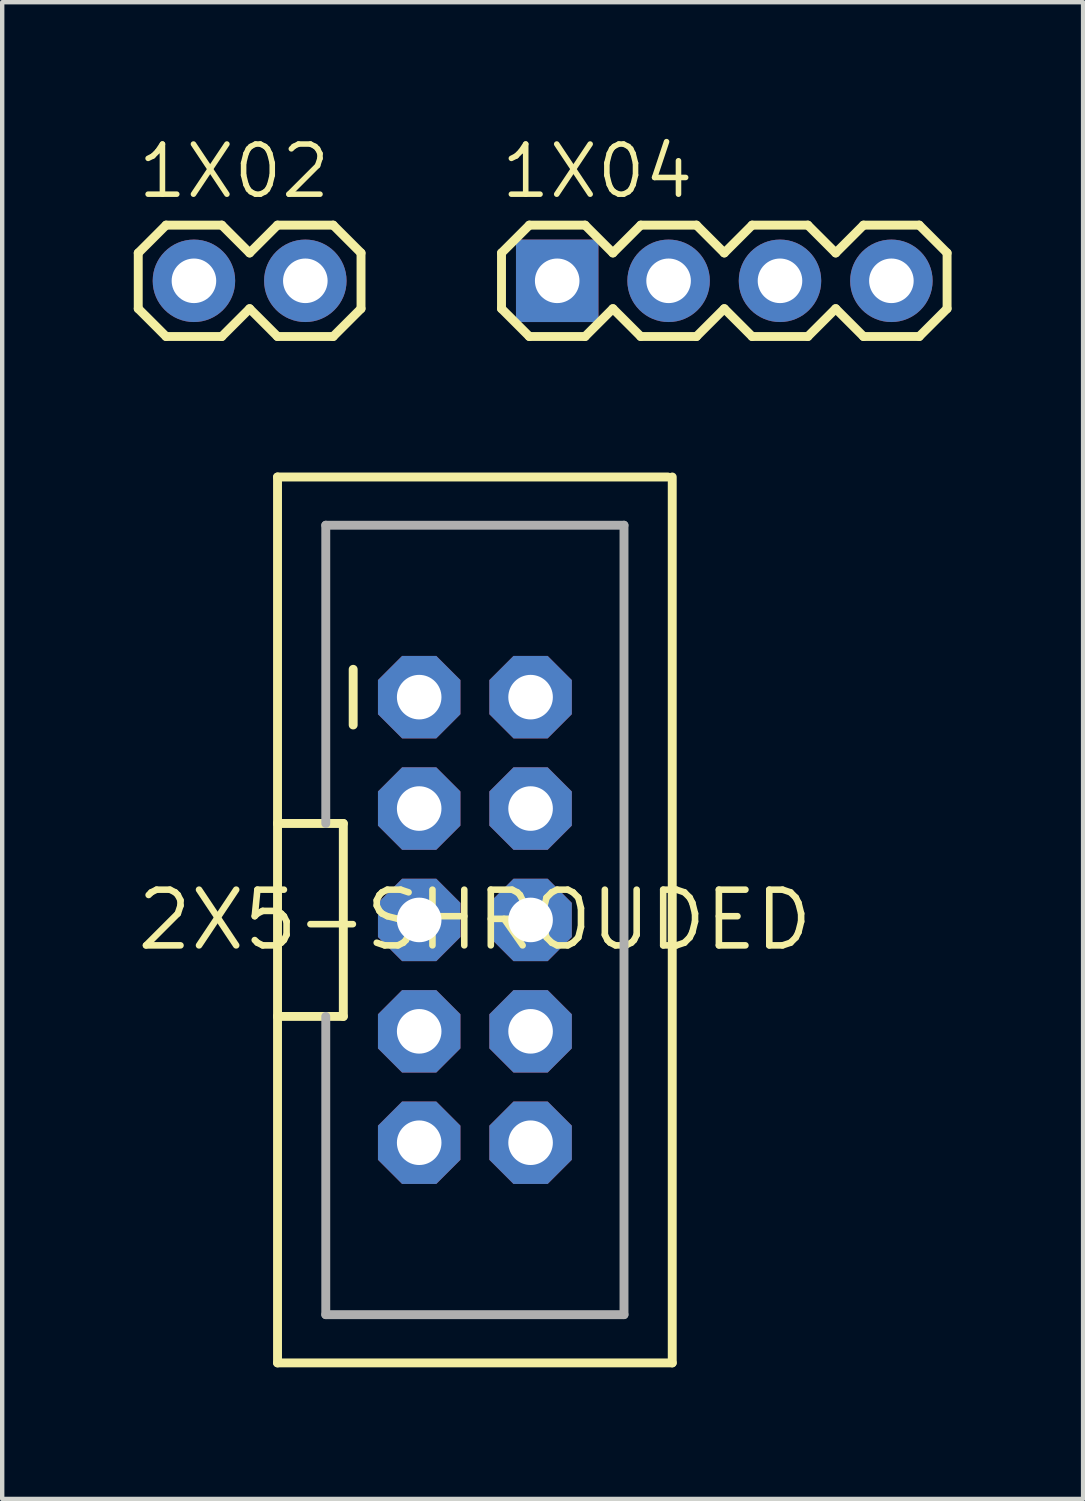
<source format=kicad_pcb>
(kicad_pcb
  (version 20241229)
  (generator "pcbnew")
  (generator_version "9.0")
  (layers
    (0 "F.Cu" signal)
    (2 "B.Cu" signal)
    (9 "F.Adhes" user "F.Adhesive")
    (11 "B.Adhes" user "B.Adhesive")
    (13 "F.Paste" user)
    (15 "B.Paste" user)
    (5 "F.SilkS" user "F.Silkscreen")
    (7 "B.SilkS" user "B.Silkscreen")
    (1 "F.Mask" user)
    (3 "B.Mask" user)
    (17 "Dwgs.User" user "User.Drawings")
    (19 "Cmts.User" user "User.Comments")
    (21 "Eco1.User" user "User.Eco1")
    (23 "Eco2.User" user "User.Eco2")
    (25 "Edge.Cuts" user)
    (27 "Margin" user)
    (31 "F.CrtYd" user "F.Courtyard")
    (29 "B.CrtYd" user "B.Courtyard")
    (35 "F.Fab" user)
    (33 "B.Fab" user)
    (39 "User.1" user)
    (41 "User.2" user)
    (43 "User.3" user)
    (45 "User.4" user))
  (footprint "1X02"
    (layer "F.Cu")
    (at 1.372 3.353)
    (property "Reference" "1X02" (at -1.346 -1.829 0) (layer "F.SilkS") (effects (font (size 1.143 1.143) (thickness 0.127)) (justify left bottom)))
    (fp_line (start -1.27 -0.635) (end -1.27 0.635) (stroke (width 0.203) (type solid)) (layer "F.SilkS"))
    (fp_line (start -1.27 0.635) (end -0.635 1.27) (stroke (width 0.203) (type solid)) (layer "F.SilkS"))
    (fp_line (start -0.635 -1.27) (end -1.27 -0.635) (stroke (width 0.203) (type solid)) (layer "F.SilkS"))
    (fp_line (start -0.635 -1.27) (end 0.635 -1.27) (stroke (width 0.203) (type solid)) (layer "F.SilkS"))
    (fp_line (start 0.635 -1.27) (end 1.27 -0.635) (stroke (width 0.203) (type solid)) (layer "F.SilkS"))
    (fp_line (start 0.635 1.27) (end -0.635 1.27) (stroke (width 0.203) (type solid)) (layer "F.SilkS"))
    (fp_line (start 1.27 -0.635) (end 1.905 -1.27) (stroke (width 0.203) (type solid)) (layer "F.SilkS"))
    (fp_line (start 1.27 0.635) (end 0.635 1.27) (stroke (width 0.203) (type solid)) (layer "F.SilkS"))
    (fp_line (start 1.905 -1.27) (end 3.175 -1.27) (stroke (width 0.203) (type solid)) (layer "F.SilkS"))
    (fp_line (start 1.905 1.27) (end 1.27 0.635) (stroke (width 0.203) (type solid)) (layer "F.SilkS"))
    (fp_line (start 3.175 -1.27) (end 3.81 -0.635) (stroke (width 0.203) (type solid)) (layer "F.SilkS"))
    (fp_line (start 3.175 1.27) (end 1.905 1.27) (stroke (width 0.203) (type solid)) (layer "F.SilkS"))
    (fp_line (start 3.81 -0.635) (end 3.81 0.635) (stroke (width 0.203) (type solid)) (layer "F.SilkS"))
    (fp_line (start 3.81 0.635) (end 3.175 1.27) (stroke (width 0.203) (type solid)) (layer "F.SilkS"))
    (fp_poly (pts (xy -0.254 0.254) (xy 0.254 0.254) (xy 0.254 -0.254) (xy -0.254 -0.254)) (stroke (width 0.1) (type solid)) (fill no) (layer "F.Fab"))
    (fp_poly (pts (xy 2.286 0.254) (xy 2.794 0.254) (xy 2.794 -0.254) (xy 2.286 -0.254)) (stroke (width 0.1) (type solid)) (fill no) (layer "F.Fab"))
    (pad "1" thru_hole circle (at 0 0 90) (size 1.88 1.88) (drill 1.016) (layers "*.Cu" "*.Mask"))
    (pad "2" thru_hole circle (at 2.54 0 90) (size 1.88 1.88) (drill 1.016) (layers "*.Cu" "*.Mask")))
  (footprint "2X5-SHROUDED"
    (layer "F.Cu")
    (at 7.778 17.926)
    (property "Reference" "2X5-SHROUDED" (at 0 0 0) (layer "F.SilkS") (effects (font (size 1.27 1.27) (thickness 0.15))))
    (fp_line (start -4.5 -10.1) (end 4.4 -10.1) (stroke (width 0.203) (type solid)) (layer "F.SilkS"))
    (fp_line (start -4.5 -2.2) (end -4.5 -10.1) (stroke (width 0.203) (type solid)) (layer "F.SilkS"))
    (fp_line (start -4.5 -2.2) (end -3 -2.2) (stroke (width 0.203) (type solid)) (layer "F.SilkS"))
    (fp_line (start -4.5 2.2) (end -4.5 -2.2) (stroke (width 0.203) (type solid)) (layer "F.SilkS"))
    (fp_line (start -4.5 10.1) (end -4.5 2.2) (stroke (width 0.203) (type solid)) (layer "F.SilkS"))
    (fp_line (start -3 -2.2) (end -3 2.2) (stroke (width 0.203) (type solid)) (layer "F.SilkS"))
    (fp_line (start -3 2.2) (end -4.5 2.2) (stroke (width 0.203) (type solid)) (layer "F.SilkS"))
    (fp_line (start -2.775 -5.715) (end -2.775 -4.445) (stroke (width 0.203) (type solid)) (layer "F.SilkS"))
    (fp_line (start 4.5 -10.1) (end 4.5 10.1) (stroke (width 0.203) (type solid)) (layer "F.SilkS"))
    (fp_line (start 4.5 10.1) (end -4.5 10.1) (stroke (width 0.203) (type solid)) (layer "F.SilkS"))
    (fp_line (start -3.4 -9) (end -3.4 -2.2) (stroke (width 0.203) (type solid)) (layer "F.Fab"))
    (fp_line (start -3.4 -9) (end 3.4 -9) (stroke (width 0.203) (type solid)) (layer "F.Fab"))
    (fp_line (start -3.4 9) (end -3.4 2.2) (stroke (width 0.203) (type solid)) (layer "F.Fab"))
    (fp_line (start -3.4 9) (end 3.4 9) (stroke (width 0.203) (type solid)) (layer "F.Fab"))
    (fp_line (start 3.4 -9) (end 3.4 9) (stroke (width 0.203) (type solid)) (layer "F.Fab"))
    (fp_poly (pts (xy -1.524 -4.826) (xy -1.016 -4.826) (xy -1.016 -5.334) (xy -1.524 -5.334)) (stroke (width 0.1) (type solid)) (fill no) (layer "F.Fab"))
    (fp_poly (pts (xy -1.524 -2.286) (xy -1.016 -2.286) (xy -1.016 -2.794) (xy -1.524 -2.794)) (stroke (width 0.1) (type solid)) (fill no) (layer "F.Fab"))
    (fp_poly (pts (xy -1.524 0.254) (xy -1.016 0.254) (xy -1.016 -0.254) (xy -1.524 -0.254)) (stroke (width 0.1) (type solid)) (fill no) (layer "F.Fab"))
    (fp_poly (pts (xy -1.524 2.794) (xy -1.016 2.794) (xy -1.016 2.286) (xy -1.524 2.286)) (stroke (width 0.1) (type solid)) (fill no) (layer "F.Fab"))
    (fp_poly (pts (xy -1.524 2.794) (xy -1.016 2.794) (xy -1.016 2.286) (xy -1.524 2.286)) (stroke (width 0.1) (type solid)) (fill no) (layer "F.Fab"))
    (fp_poly (pts (xy -1.524 5.334) (xy -1.016 5.334) (xy -1.016 4.826) (xy -1.524 4.826)) (stroke (width 0.1) (type solid)) (fill no) (layer "F.Fab"))
    (fp_poly (pts (xy 1.016 -4.826) (xy 1.524 -4.826) (xy 1.524 -5.334) (xy 1.016 -5.334)) (stroke (width 0.1) (type solid)) (fill no) (layer "F.Fab"))
    (fp_poly (pts (xy 1.016 -2.286) (xy 1.524 -2.286) (xy 1.524 -2.794) (xy 1.016 -2.794)) (stroke (width 0.1) (type solid)) (fill no) (layer "F.Fab"))
    (fp_poly (pts (xy 1.016 0.254) (xy 1.524 0.254) (xy 1.524 -0.254) (xy 1.016 -0.254)) (stroke (width 0.1) (type solid)) (fill no) (layer "F.Fab"))
    (fp_poly (pts (xy 1.016 2.794) (xy 1.524 2.794) (xy 1.524 2.286) (xy 1.016 2.286)) (stroke (width 0.1) (type solid)) (fill no) (layer "F.Fab"))
    (fp_poly (pts (xy 1.016 2.794) (xy 1.524 2.794) (xy 1.524 2.286) (xy 1.016 2.286)) (stroke (width 0.1) (type solid)) (fill no) (layer "F.Fab"))
    (fp_poly (pts (xy 1.016 5.334) (xy 1.524 5.334) (xy 1.524 4.826) (xy 1.016 4.826)) (stroke (width 0.1) (type solid)) (fill no) (layer "F.Fab"))
    (pad "1" thru_hole roundrect (at -1.27 -5.08 270) (size 1.88 1.88) (drill 1.016) (layers "*.Cu" "*.Mask") (roundrect_rratio 0.25) (chamfer_ratio 0.293) (chamfer top_left top_right bottom_left bottom_right))
    (pad "2" thru_hole roundrect (at 1.27 -5.08 270) (size 1.88 1.88) (drill 1.016) (layers "*.Cu" "*.Mask") (roundrect_rratio 0.25) (chamfer_ratio 0.293) (chamfer top_left top_right bottom_left bottom_right))
    (pad "3" thru_hole roundrect (at -1.27 -2.54 270) (size 1.88 1.88) (drill 1.016) (layers "*.Cu" "*.Mask") (roundrect_rratio 0.25) (chamfer_ratio 0.293) (chamfer top_left top_right bottom_left bottom_right))
    (pad "4" thru_hole roundrect (at 1.27 -2.54 270) (size 1.88 1.88) (drill 1.016) (layers "*.Cu" "*.Mask") (roundrect_rratio 0.25) (chamfer_ratio 0.293) (chamfer top_left top_right bottom_left bottom_right))
    (pad "5" thru_hole roundrect (at -1.27 0 270) (size 1.88 1.88) (drill 1.016) (layers "*.Cu" "*.Mask") (roundrect_rratio 0.25) (chamfer_ratio 0.293) (chamfer top_left top_right bottom_left bottom_right))
    (pad "6" thru_hole roundrect (at 1.27 0 270) (size 1.88 1.88) (drill 1.016) (layers "*.Cu" "*.Mask") (roundrect_rratio 0.25) (chamfer_ratio 0.293) (chamfer top_left top_right bottom_left bottom_right))
    (pad "7" thru_hole roundrect (at -1.27 2.54 270) (size 1.88 1.88) (drill 1.016) (layers "*.Cu" "*.Mask") (roundrect_rratio 0.25) (chamfer_ratio 0.293) (chamfer top_left top_right bottom_left bottom_right))
    (pad "8" thru_hole roundrect (at 1.27 2.54 270) (size 1.88 1.88) (drill 1.016) (layers "*.Cu" "*.Mask") (roundrect_rratio 0.25) (chamfer_ratio 0.293) (chamfer top_left top_right bottom_left bottom_right))
    (pad "9" thru_hole roundrect (at -1.27 5.08 270) (size 1.88 1.88) (drill 1.016) (layers "*.Cu" "*.Mask") (roundrect_rratio 0.25) (chamfer_ratio 0.293) (chamfer top_left top_right bottom_left bottom_right))
    (pad "10" thru_hole roundrect (at 1.27 5.08 270) (size 1.88 1.88) (drill 1.016) (layers "*.Cu" "*.Mask") (roundrect_rratio 0.25) (chamfer_ratio 0.293) (chamfer top_left top_right bottom_left bottom_right)))
  (footprint "1X04"
    (layer "F.Cu")
    (at 9.655 3.353)
    (property "Reference" "1X04" (at -1.346 -1.829 0) (layer "F.SilkS") (effects (font (size 1.143 1.143) (thickness 0.127)) (justify left bottom)))
    (fp_line (start -1.27 -0.635) (end -1.27 0.635) (stroke (width 0.203) (type solid)) (layer "F.SilkS"))
    (fp_line (start -1.27 0.635) (end -0.635 1.27) (stroke (width 0.203) (type solid)) (layer "F.SilkS"))
    (fp_line (start -0.635 -1.27) (end -1.27 -0.635) (stroke (width 0.203) (type solid)) (layer "F.SilkS"))
    (fp_line (start -0.635 -1.27) (end 0.635 -1.27) (stroke (width 0.203) (type solid)) (layer "F.SilkS"))
    (fp_line (start 0.635 -1.27) (end 1.27 -0.635) (stroke (width 0.203) (type solid)) (layer "F.SilkS"))
    (fp_line (start 0.635 1.27) (end -0.635 1.27) (stroke (width 0.203) (type solid)) (layer "F.SilkS"))
    (fp_line (start 1.27 -0.635) (end 1.905 -1.27) (stroke (width 0.203) (type solid)) (layer "F.SilkS"))
    (fp_line (start 1.27 0.635) (end 0.635 1.27) (stroke (width 0.203) (type solid)) (layer "F.SilkS"))
    (fp_line (start 1.905 -1.27) (end 3.175 -1.27) (stroke (width 0.203) (type solid)) (layer "F.SilkS"))
    (fp_line (start 1.905 1.27) (end 1.27 0.635) (stroke (width 0.203) (type solid)) (layer "F.SilkS"))
    (fp_line (start 3.175 -1.27) (end 3.81 -0.635) (stroke (width 0.203) (type solid)) (layer "F.SilkS"))
    (fp_line (start 3.175 1.27) (end 1.905 1.27) (stroke (width 0.203) (type solid)) (layer "F.SilkS"))
    (fp_line (start 3.81 -0.635) (end 4.445 -1.27) (stroke (width 0.203) (type solid)) (layer "F.SilkS"))
    (fp_line (start 3.81 0.635) (end 3.175 1.27) (stroke (width 0.203) (type solid)) (layer "F.SilkS"))
    (fp_line (start 4.445 -1.27) (end 5.715 -1.27) (stroke (width 0.203) (type solid)) (layer "F.SilkS"))
    (fp_line (start 4.445 1.27) (end 3.81 0.635) (stroke (width 0.203) (type solid)) (layer "F.SilkS"))
    (fp_line (start 5.715 -1.27) (end 6.35 -0.635) (stroke (width 0.203) (type solid)) (layer "F.SilkS"))
    (fp_line (start 5.715 1.27) (end 4.445 1.27) (stroke (width 0.203) (type solid)) (layer "F.SilkS"))
    (fp_line (start 6.35 0.635) (end 5.715 1.27) (stroke (width 0.203) (type solid)) (layer "F.SilkS"))
    (fp_line (start 6.35 0.635) (end 6.985 1.27) (stroke (width 0.203) (type solid)) (layer "F.SilkS"))
    (fp_line (start 6.985 -1.27) (end 6.35 -0.635) (stroke (width 0.203) (type solid)) (layer "F.SilkS"))
    (fp_line (start 6.985 -1.27) (end 8.255 -1.27) (stroke (width 0.203) (type solid)) (layer "F.SilkS"))
    (fp_line (start 8.255 -1.27) (end 8.89 -0.635) (stroke (width 0.203) (type solid)) (layer "F.SilkS"))
    (fp_line (start 8.255 1.27) (end 6.985 1.27) (stroke (width 0.203) (type solid)) (layer "F.SilkS"))
    (fp_line (start 8.89 -0.635) (end 8.89 0.635) (stroke (width 0.203) (type solid)) (layer "F.SilkS"))
    (fp_line (start 8.89 0.635) (end 8.255 1.27) (stroke (width 0.203) (type solid)) (layer "F.SilkS"))
    (fp_poly (pts (xy -0.254 0.254) (xy 0.254 0.254) (xy 0.254 -0.254) (xy -0.254 -0.254)) (stroke (width 0.1) (type solid)) (fill no) (layer "F.Fab"))
    (fp_poly (pts (xy 2.286 0.254) (xy 2.794 0.254) (xy 2.794 -0.254) (xy 2.286 -0.254)) (stroke (width 0.1) (type solid)) (fill no) (layer "F.Fab"))
    (fp_poly (pts (xy 4.826 0.254) (xy 5.334 0.254) (xy 5.334 -0.254) (xy 4.826 -0.254)) (stroke (width 0.1) (type solid)) (fill no) (layer "F.Fab"))
    (fp_poly (pts (xy 7.366 0.254) (xy 7.874 0.254) (xy 7.874 -0.254) (xy 7.366 -0.254)) (stroke (width 0.1) (type solid)) (fill no) (layer "F.Fab"))
    (pad "1" thru_hole rect (at 0 0 90) (size 1.88 1.88) (drill 1.016) (layers "*.Cu" "*.Mask"))
    (pad "2" thru_hole circle (at 2.54 0 90) (size 1.88 1.88) (drill 1.016) (layers "*.Cu" "*.Mask"))
    (pad "3" thru_hole circle (at 5.08 0 90) (size 1.88 1.88) (drill 1.016) (layers "*.Cu" "*.Mask"))
    (pad "4" thru_hole circle (at 7.62 0 90) (size 1.88 1.88) (drill 1.016) (layers "*.Cu" "*.Mask")))
  (gr_rect
    (start -3 -3)
    (end 21.646 31.128)
    (stroke (width 0.1) (type default))
    (fill no)
    (layer "Edge.Cuts")))
</source>
